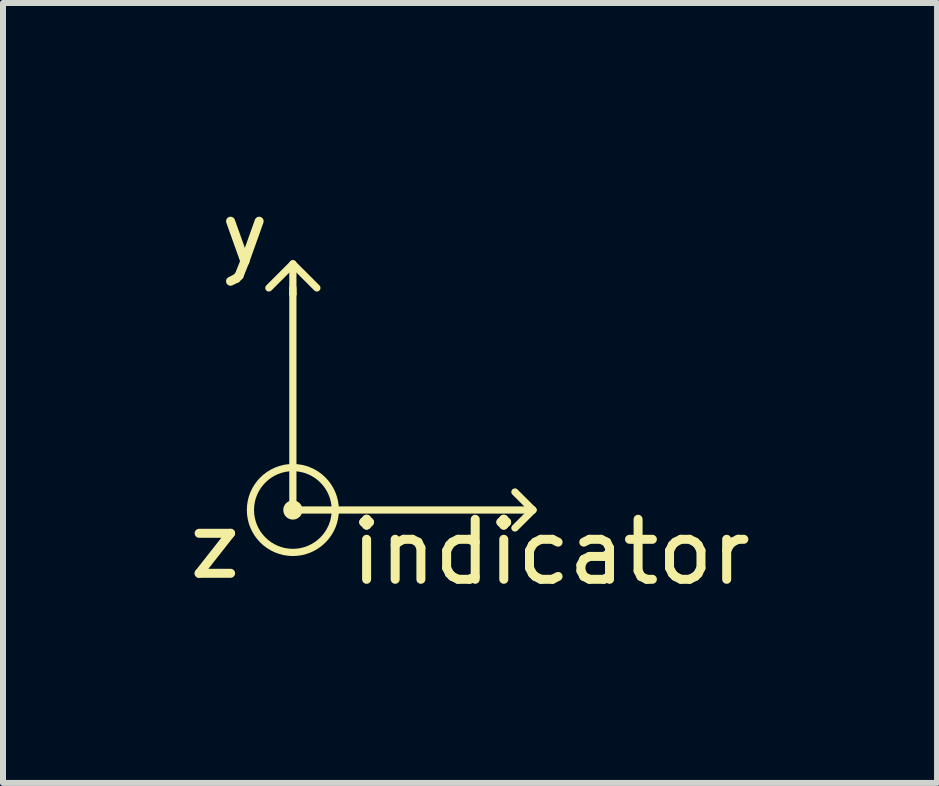
<source format=kicad_pcb>
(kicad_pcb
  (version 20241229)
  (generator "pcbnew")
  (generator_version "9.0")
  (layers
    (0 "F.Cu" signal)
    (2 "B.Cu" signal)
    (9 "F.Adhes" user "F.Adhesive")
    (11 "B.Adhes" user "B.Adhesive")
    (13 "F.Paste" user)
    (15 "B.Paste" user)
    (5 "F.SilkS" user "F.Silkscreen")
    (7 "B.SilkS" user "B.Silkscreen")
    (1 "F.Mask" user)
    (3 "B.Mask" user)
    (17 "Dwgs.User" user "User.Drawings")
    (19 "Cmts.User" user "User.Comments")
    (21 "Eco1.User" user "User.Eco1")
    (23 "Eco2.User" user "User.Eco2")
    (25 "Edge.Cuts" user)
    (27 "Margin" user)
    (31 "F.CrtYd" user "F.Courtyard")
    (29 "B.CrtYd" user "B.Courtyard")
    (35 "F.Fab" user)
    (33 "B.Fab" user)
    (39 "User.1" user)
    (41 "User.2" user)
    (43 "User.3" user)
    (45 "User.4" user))
  (footprint "indicator"
    (layer "F.Cu")
    (at 1.83 5.448)
    (property "Reference" "indicator" (at 4.3 0.7 0) (layer "F.SilkS") (effects (font (size 1 1) (thickness 0.15))))
    (attr through_hole)
    (fp_line (start -0.4 -3.7) (end 0 -4.1) (stroke (width 0.12) (type solid)) (layer "F.SilkS"))
    (fp_line (start 0 -4.1) (end 0.4 -3.7) (stroke (width 0.12) (type solid)) (layer "F.SilkS"))
    (fp_line (start 0 -3.7) (end 0 -3.6) (stroke (width 0.12) (type solid)) (layer "F.SilkS"))
    (fp_line (start 0 -3.6) (end 0 -4.1) (stroke (width 0.12) (type solid)) (layer "F.SilkS"))
    (fp_line (start 0 0) (end 0 -3.6) (stroke (width 0.12) (type solid)) (layer "F.SilkS"))
    (fp_line (start 0 0) (end 4 0) (stroke (width 0.12) (type solid)) (layer "F.SilkS"))
    (fp_line (start 3.7 -0.3) (end 4 0) (stroke (width 0.12) (type solid)) (layer "F.SilkS"))
    (fp_line (start 4 0) (end 3.7 0.3) (stroke (width 0.12) (type solid)) (layer "F.SilkS"))
    (fp_circle (center 0 0) (end 0.1 0) (stroke (width 0.12) (type solid)) (fill no) (layer "F.SilkS"))
    (fp_circle (center 0 0) (end 0.5 0.5) (stroke (width 0.12) (type solid)) (fill no) (layer "F.SilkS"))
    (fp_text user "z" (at -1.3 0.6 0) (layer "F.SilkS") (effects (font (size 1 1) (thickness 0.15))))
    (fp_text user "y" (at -0.8 -4.6 0) (layer "F.SilkS") (effects (font (size 1 1) (thickness 0.15)))))
  (gr_rect
    (start -3 -3)
    (end 12.564 9.996)
    (stroke (width 0.1) (type default))
    (fill no)
    (layer "Edge.Cuts")))
</source>
